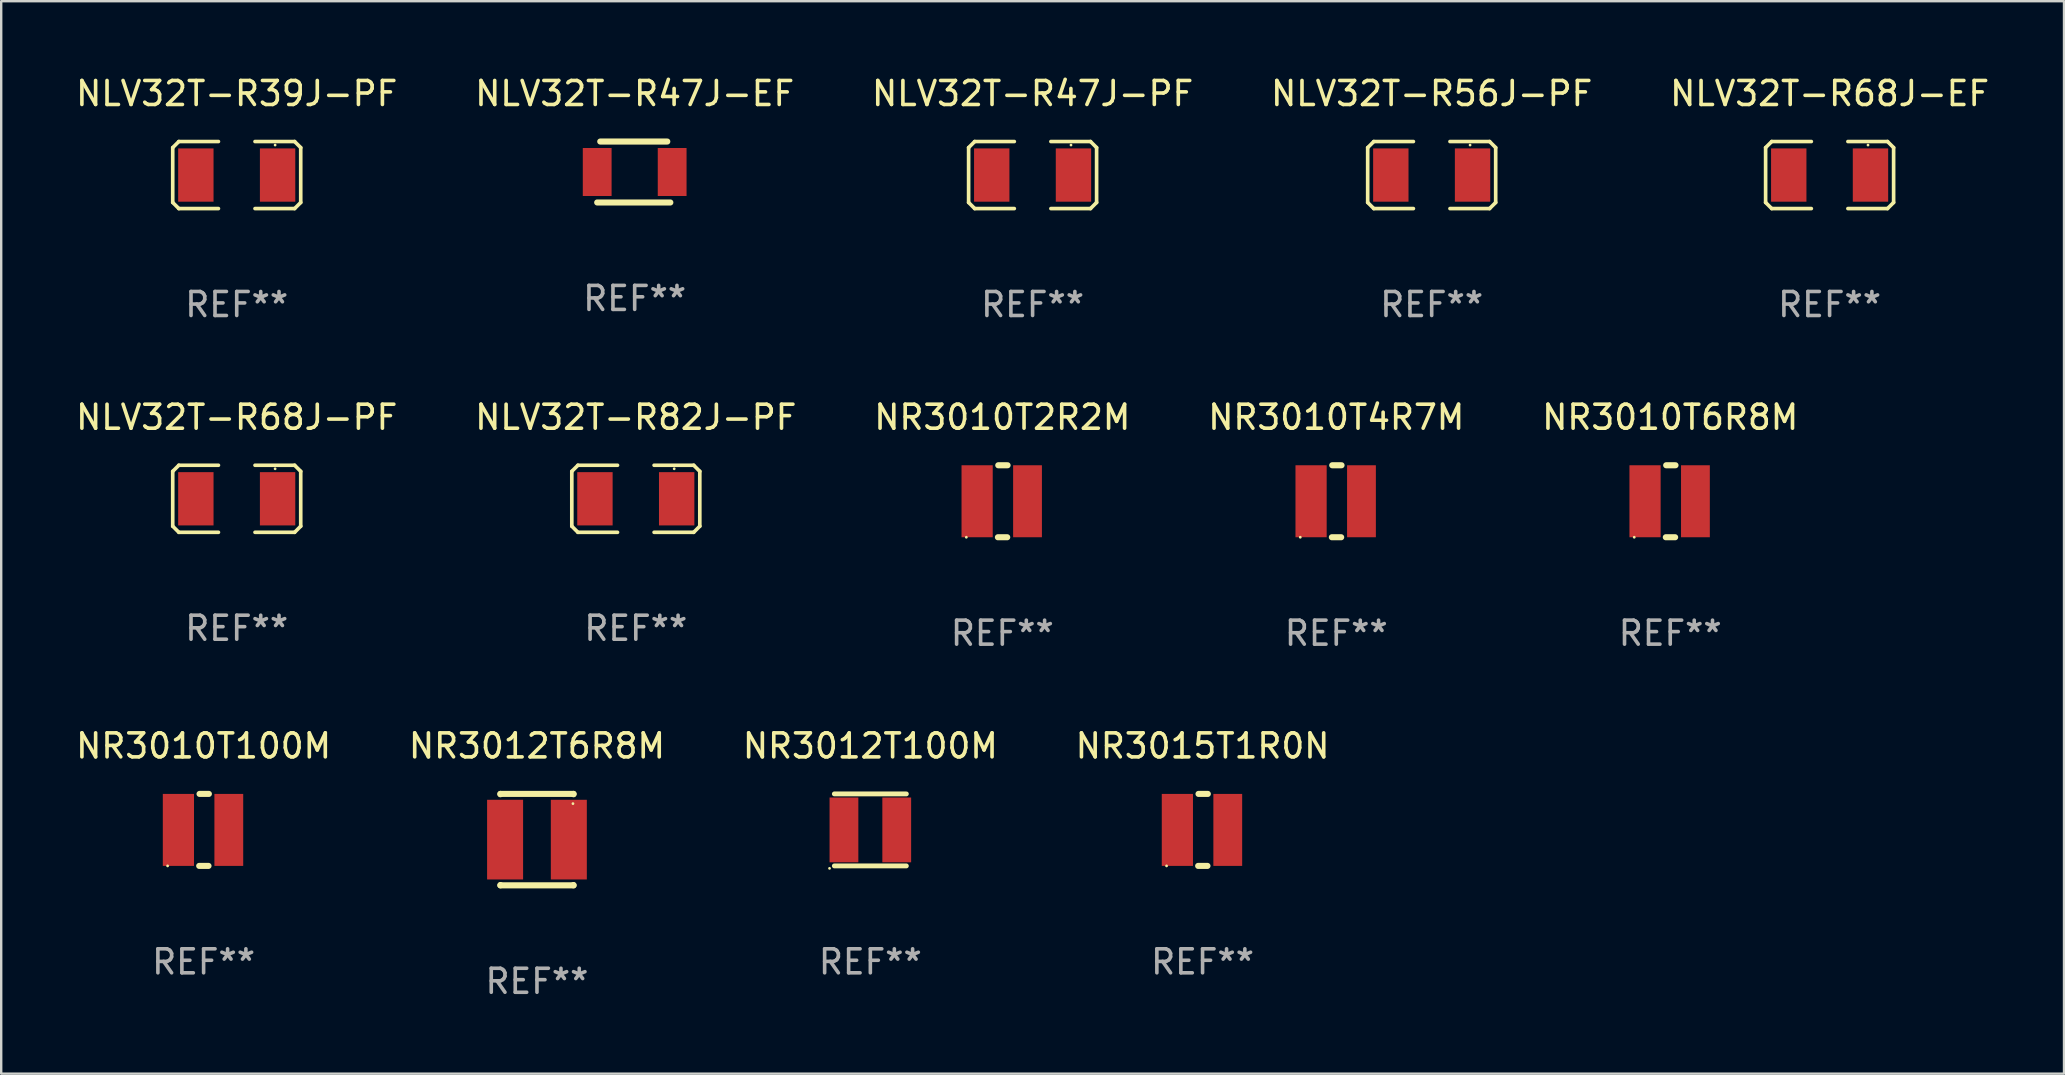
<source format=kicad_pcb>
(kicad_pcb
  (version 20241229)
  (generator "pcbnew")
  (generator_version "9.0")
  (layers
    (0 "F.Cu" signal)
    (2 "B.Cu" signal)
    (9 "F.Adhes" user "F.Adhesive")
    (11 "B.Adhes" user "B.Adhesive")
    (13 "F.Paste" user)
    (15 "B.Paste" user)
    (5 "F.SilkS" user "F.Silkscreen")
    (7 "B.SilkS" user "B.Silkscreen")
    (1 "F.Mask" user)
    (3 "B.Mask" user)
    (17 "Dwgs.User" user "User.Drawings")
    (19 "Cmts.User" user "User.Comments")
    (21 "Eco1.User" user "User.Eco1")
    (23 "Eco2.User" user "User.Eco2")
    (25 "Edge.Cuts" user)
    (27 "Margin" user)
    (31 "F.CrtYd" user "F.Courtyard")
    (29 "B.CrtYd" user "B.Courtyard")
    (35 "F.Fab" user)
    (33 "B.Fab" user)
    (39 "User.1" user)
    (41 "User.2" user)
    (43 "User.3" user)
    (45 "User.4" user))
  (footprint "NLV32T-R68J-PF"
    (layer "F.Cu")
    (at 6.815 17.736)
    (property "Reference" "NLV32T-R68J-PF" (at 0 -3.397 0) (layer "F.SilkS") (effects (font (size 1 1) (thickness 0.15))))
    (attr through_hole)
    (fp_line (start -2.667 -1.143) (end -2.413 -1.397) (stroke (width 0.152) (type solid)) (layer "F.SilkS"))
    (fp_line (start -2.667 1.143) (end -2.667 -1.143) (stroke (width 0.152) (type solid)) (layer "F.SilkS"))
    (fp_line (start -2.413 -1.397) (end -0.762 -1.397) (stroke (width 0.152) (type solid)) (layer "F.SilkS"))
    (fp_line (start -2.413 1.397) (end -2.667 1.143) (stroke (width 0.152) (type solid)) (layer "F.SilkS"))
    (fp_line (start -0.762 1.397) (end -2.413 1.397) (stroke (width 0.152) (type solid)) (layer "F.SilkS"))
    (fp_line (start 0.762 -1.397) (end 2.413 -1.397) (stroke (width 0.152) (type solid)) (layer "F.SilkS"))
    (fp_line (start 2.413 -1.397) (end 2.667 -1.143) (stroke (width 0.152) (type solid)) (layer "F.SilkS"))
    (fp_line (start 2.413 1.397) (end 0.762 1.397) (stroke (width 0.152) (type solid)) (layer "F.SilkS"))
    (fp_line (start 2.667 -1.143) (end 2.667 1.143) (stroke (width 0.152) (type solid)) (layer "F.SilkS"))
    (fp_line (start 2.667 1.143) (end 2.413 1.397) (stroke (width 0.152) (type solid)) (layer "F.SilkS"))
    (fp_circle (center 1.6 -1.25) (end 1.63 -1.25) (stroke (width 0.06) (type solid)) (fill no) (layer "F.SilkS"))
    (fp_text user "REF**" (at 0 5.397 0) (layer "F.Fab") (effects (font (size 1 1) (thickness 0.15))))
    (pad "1" smd rect (at 1.703 0) (size 1.474 2.22) (layers "F.Cu" "F.Mask" "F.Paste"))
    (pad "2" smd rect (at -1.703 0) (size 1.474 2.22) (layers "F.Cu" "F.Mask" "F.Paste")))
  (footprint "NLV32T-R47J-EF"
    (layer "F.Cu")
    (at 23.399 4.118)
    (property "Reference" "NLV32T-R47J-EF" (at 0 -3.27 0) (layer "F.SilkS") (effects (font (size 1 1) (thickness 0.15))))
    (attr through_hole)
    (fp_line (start -1.562 1.27) (end 1.486 1.27) (stroke (width 0.254) (type solid)) (layer "F.SilkS"))
    (fp_line (start -1.435 -1.27) (end 1.359 -1.27) (stroke (width 0.254) (type solid)) (layer "F.SilkS"))
    (fp_circle (center -1.6 1.25) (end -1.57 1.25) (stroke (width 0.06) (type solid)) (fill no) (layer "F.SilkS"))
    (fp_text user "REF**" (at 0 5.27 0) (layer "F.Fab") (effects (font (size 1 1) (thickness 0.15))))
    (pad "1" smd rect (at -1.562 0 180) (size 1.2 2) (layers "F.Cu" "F.Mask" "F.Paste"))
    (pad "2" smd rect (at 1.562 0 180) (size 1.2 2) (layers "F.Cu" "F.Mask" "F.Paste")))
  (footprint "NR3010T2R2M"
    (layer "F.Cu")
    (at 38.72 17.839)
    (property "Reference" "NR3010T2R2M" (at 0 -3.5 0) (layer "F.SilkS") (effects (font (size 1 1) (thickness 0.15))))
    (attr through_hole)
    (fp_line (start -0.184 1.5) (end 0.204 1.5) (stroke (width 0.254) (type solid)) (layer "F.SilkS"))
    (fp_line (start -0.169 -1.5) (end 0.219 -1.5) (stroke (width 0.254) (type solid)) (layer "F.SilkS"))
    (fp_circle (center -1.5 1.5) (end -1.47 1.5) (stroke (width 0.06) (type solid)) (fill no) (layer "F.SilkS"))
    (fp_text user "REF**" (at 0 5.5 0) (layer "F.Fab") (effects (font (size 1 1) (thickness 0.15))))
    (pad "1" smd rect (at -1.05 0) (size 1.3 3) (layers "F.Cu" "F.Mask" "F.Paste"))
    (pad "2" smd rect (at 1.05 0) (size 1.2 3) (layers "F.Cu" "F.Mask" "F.Paste")))
  (footprint "NR3010T4R7M"
    (layer "F.Cu")
    (at 52.637 17.839)
    (property "Reference" "NR3010T4R7M" (at 0 -3.5 0) (layer "F.SilkS") (effects (font (size 1 1) (thickness 0.15))))
    (attr through_hole)
    (fp_line (start -0.184 1.5) (end 0.204 1.5) (stroke (width 0.254) (type solid)) (layer "F.SilkS"))
    (fp_line (start -0.169 -1.5) (end 0.219 -1.5) (stroke (width 0.254) (type solid)) (layer "F.SilkS"))
    (fp_circle (center -1.5 1.5) (end -1.47 1.5) (stroke (width 0.06) (type solid)) (fill no) (layer "F.SilkS"))
    (fp_text user "REF**" (at 0 5.5 0) (layer "F.Fab") (effects (font (size 1 1) (thickness 0.15))))
    (pad "1" smd rect (at -1.05 0) (size 1.3 3) (layers "F.Cu" "F.Mask" "F.Paste"))
    (pad "2" smd rect (at 1.05 0) (size 1.2 3) (layers "F.Cu" "F.Mask" "F.Paste")))
  (footprint "NR3015T1R0N"
    (layer "F.Cu")
    (at 47.065 31.535)
    (property "Reference" "NR3015T1R0N" (at 0 -3.5 0) (layer "F.SilkS") (effects (font (size 1 1) (thickness 0.15))))
    (attr through_hole)
    (fp_line (start -0.184 1.5) (end 0.204 1.5) (stroke (width 0.254) (type solid)) (layer "F.SilkS"))
    (fp_line (start -0.169 -1.5) (end 0.219 -1.5) (stroke (width 0.254) (type solid)) (layer "F.SilkS"))
    (fp_circle (center -1.5 1.5) (end -1.47 1.5) (stroke (width 0.06) (type solid)) (fill no) (layer "F.SilkS"))
    (fp_text user "REF**" (at 0 5.5 0) (layer "F.Fab") (effects (font (size 1 1) (thickness 0.15))))
    (pad "1" smd rect (at -1.05 0) (size 1.3 3) (layers "F.Cu" "F.Mask" "F.Paste"))
    (pad "2" smd rect (at 1.05 0) (size 1.2 3) (layers "F.Cu" "F.Mask" "F.Paste")))
  (footprint "NLV32T-R47J-PF"
    (layer "F.Cu")
    (at 39.982 4.245)
    (property "Reference" "NLV32T-R47J-PF" (at 0 -3.397 0) (layer "F.SilkS") (effects (font (size 1 1) (thickness 0.15))))
    (attr through_hole)
    (fp_line (start -2.667 -1.143) (end -2.413 -1.397) (stroke (width 0.152) (type solid)) (layer "F.SilkS"))
    (fp_line (start -2.667 1.143) (end -2.667 -1.143) (stroke (width 0.152) (type solid)) (layer "F.SilkS"))
    (fp_line (start -2.413 -1.397) (end -0.762 -1.397) (stroke (width 0.152) (type solid)) (layer "F.SilkS"))
    (fp_line (start -2.413 1.397) (end -2.667 1.143) (stroke (width 0.152) (type solid)) (layer "F.SilkS"))
    (fp_line (start -0.762 1.397) (end -2.413 1.397) (stroke (width 0.152) (type solid)) (layer "F.SilkS"))
    (fp_line (start 0.762 -1.397) (end 2.413 -1.397) (stroke (width 0.152) (type solid)) (layer "F.SilkS"))
    (fp_line (start 2.413 -1.397) (end 2.667 -1.143) (stroke (width 0.152) (type solid)) (layer "F.SilkS"))
    (fp_line (start 2.413 1.397) (end 0.762 1.397) (stroke (width 0.152) (type solid)) (layer "F.SilkS"))
    (fp_line (start 2.667 -1.143) (end 2.667 1.143) (stroke (width 0.152) (type solid)) (layer "F.SilkS"))
    (fp_line (start 2.667 1.143) (end 2.413 1.397) (stroke (width 0.152) (type solid)) (layer "F.SilkS"))
    (fp_circle (center 1.6 -1.25) (end 1.63 -1.25) (stroke (width 0.06) (type solid)) (fill no) (layer "F.SilkS"))
    (fp_text user "REF**" (at 0 5.397 0) (layer "F.Fab") (effects (font (size 1 1) (thickness 0.15))))
    (pad "1" smd rect (at 1.703 0) (size 1.474 2.22) (layers "F.Cu" "F.Mask" "F.Paste"))
    (pad "2" smd rect (at -1.703 0) (size 1.474 2.22) (layers "F.Cu" "F.Mask" "F.Paste")))
  (footprint "NR3012T100M"
    (layer "F.Cu")
    (at 33.22 31.535)
    (property "Reference" "NR3012T100M" (at 0 -3.5 0) (layer "F.SilkS") (effects (font (size 1 1) (thickness 0.15))))
    (attr through_hole)
    (fp_line (start -1.5 -1.5) (end 1.5 -1.5) (stroke (width 0.203) (type solid)) (layer "F.SilkS"))
    (fp_line (start -1.5 1.5) (end 1.5 1.5) (stroke (width 0.203) (type solid)) (layer "F.SilkS"))
    (fp_circle (center -1.7 1.602) (end -1.67 1.602) (stroke (width 0.06) (type solid)) (fill no) (layer "F.SilkS"))
    (fp_text user "REF**" (at 0 5.5 0) (layer "F.Fab") (effects (font (size 1 1) (thickness 0.15))))
    (pad "1" smd rect (at -1.1 0 180) (size 1.2 2.7) (layers "F.Cu" "F.Mask" "F.Paste"))
    (pad "2" smd rect (at 1.1 0 180) (size 1.2 2.7) (layers "F.Cu" "F.Mask" "F.Paste")))
  (footprint "NLV32T-R68J-EF"
    (layer "F.Cu")
    (at 73.196 4.245)
    (property "Reference" "NLV32T-R68J-EF" (at 0 -3.397 0) (layer "F.SilkS") (effects (font (size 1 1) (thickness 0.15))))
    (attr through_hole)
    (fp_line (start -2.667 -1.143) (end -2.413 -1.397) (stroke (width 0.152) (type solid)) (layer "F.SilkS"))
    (fp_line (start -2.667 1.143) (end -2.667 -1.143) (stroke (width 0.152) (type solid)) (layer "F.SilkS"))
    (fp_line (start -2.413 -1.397) (end -0.762 -1.397) (stroke (width 0.152) (type solid)) (layer "F.SilkS"))
    (fp_line (start -2.413 1.397) (end -2.667 1.143) (stroke (width 0.152) (type solid)) (layer "F.SilkS"))
    (fp_line (start -0.762 1.397) (end -2.413 1.397) (stroke (width 0.152) (type solid)) (layer "F.SilkS"))
    (fp_line (start 0.762 -1.397) (end 2.413 -1.397) (stroke (width 0.152) (type solid)) (layer "F.SilkS"))
    (fp_line (start 2.413 -1.397) (end 2.667 -1.143) (stroke (width 0.152) (type solid)) (layer "F.SilkS"))
    (fp_line (start 2.413 1.397) (end 0.762 1.397) (stroke (width 0.152) (type solid)) (layer "F.SilkS"))
    (fp_line (start 2.667 -1.143) (end 2.667 1.143) (stroke (width 0.152) (type solid)) (layer "F.SilkS"))
    (fp_line (start 2.667 1.143) (end 2.413 1.397) (stroke (width 0.152) (type solid)) (layer "F.SilkS"))
    (fp_circle (center 1.6 -1.25) (end 1.63 -1.25) (stroke (width 0.06) (type solid)) (fill no) (layer "F.SilkS"))
    (fp_text user "REF**" (at 0 5.397 0) (layer "F.Fab") (effects (font (size 1 1) (thickness 0.15))))
    (pad "1" smd rect (at 1.703 0) (size 1.474 2.22) (layers "F.Cu" "F.Mask" "F.Paste"))
    (pad "2" smd rect (at -1.703 0) (size 1.474 2.22) (layers "F.Cu" "F.Mask" "F.Paste")))
  (footprint "NLV32T-R56J-PF"
    (layer "F.Cu")
    (at 56.613 4.245)
    (property "Reference" "NLV32T-R56J-PF" (at 0 -3.397 0) (layer "F.SilkS") (effects (font (size 1 1) (thickness 0.15))))
    (attr through_hole)
    (fp_line (start -2.667 -1.143) (end -2.413 -1.397) (stroke (width 0.152) (type solid)) (layer "F.SilkS"))
    (fp_line (start -2.667 1.143) (end -2.667 -1.143) (stroke (width 0.152) (type solid)) (layer "F.SilkS"))
    (fp_line (start -2.413 -1.397) (end -0.762 -1.397) (stroke (width 0.152) (type solid)) (layer "F.SilkS"))
    (fp_line (start -2.413 1.397) (end -2.667 1.143) (stroke (width 0.152) (type solid)) (layer "F.SilkS"))
    (fp_line (start -0.762 1.397) (end -2.413 1.397) (stroke (width 0.152) (type solid)) (layer "F.SilkS"))
    (fp_line (start 0.762 -1.397) (end 2.413 -1.397) (stroke (width 0.152) (type solid)) (layer "F.SilkS"))
    (fp_line (start 2.413 -1.397) (end 2.667 -1.143) (stroke (width 0.152) (type solid)) (layer "F.SilkS"))
    (fp_line (start 2.413 1.397) (end 0.762 1.397) (stroke (width 0.152) (type solid)) (layer "F.SilkS"))
    (fp_line (start 2.667 -1.143) (end 2.667 1.143) (stroke (width 0.152) (type solid)) (layer "F.SilkS"))
    (fp_line (start 2.667 1.143) (end 2.413 1.397) (stroke (width 0.152) (type solid)) (layer "F.SilkS"))
    (fp_circle (center 1.6 -1.25) (end 1.63 -1.25) (stroke (width 0.06) (type solid)) (fill no) (layer "F.SilkS"))
    (fp_text user "REF**" (at 0 5.397 0) (layer "F.Fab") (effects (font (size 1 1) (thickness 0.15))))
    (pad "1" smd rect (at 1.703 0) (size 1.474 2.22) (layers "F.Cu" "F.Mask" "F.Paste"))
    (pad "2" smd rect (at -1.703 0) (size 1.474 2.22) (layers "F.Cu" "F.Mask" "F.Paste")))
  (footprint "NLV32T-R39J-PF"
    (layer "F.Cu")
    (at 6.815 4.245)
    (property "Reference" "NLV32T-R39J-PF" (at 0 -3.397 0) (layer "F.SilkS") (effects (font (size 1 1) (thickness 0.15))))
    (attr through_hole)
    (fp_line (start -2.667 -1.143) (end -2.413 -1.397) (stroke (width 0.152) (type solid)) (layer "F.SilkS"))
    (fp_line (start -2.667 1.143) (end -2.667 -1.143) (stroke (width 0.152) (type solid)) (layer "F.SilkS"))
    (fp_line (start -2.413 -1.397) (end -0.762 -1.397) (stroke (width 0.152) (type solid)) (layer "F.SilkS"))
    (fp_line (start -2.413 1.397) (end -2.667 1.143) (stroke (width 0.152) (type solid)) (layer "F.SilkS"))
    (fp_line (start -0.762 1.397) (end -2.413 1.397) (stroke (width 0.152) (type solid)) (layer "F.SilkS"))
    (fp_line (start 0.762 -1.397) (end 2.413 -1.397) (stroke (width 0.152) (type solid)) (layer "F.SilkS"))
    (fp_line (start 2.413 -1.397) (end 2.667 -1.143) (stroke (width 0.152) (type solid)) (layer "F.SilkS"))
    (fp_line (start 2.413 1.397) (end 0.762 1.397) (stroke (width 0.152) (type solid)) (layer "F.SilkS"))
    (fp_line (start 2.667 -1.143) (end 2.667 1.143) (stroke (width 0.152) (type solid)) (layer "F.SilkS"))
    (fp_line (start 2.667 1.143) (end 2.413 1.397) (stroke (width 0.152) (type solid)) (layer "F.SilkS"))
    (fp_circle (center 1.6 -1.25) (end 1.63 -1.25) (stroke (width 0.06) (type solid)) (fill no) (layer "F.SilkS"))
    (fp_text user "REF**" (at 0 5.397 0) (layer "F.Fab") (effects (font (size 1 1) (thickness 0.15))))
    (pad "1" smd rect (at 1.703 0) (size 1.474 2.22) (layers "F.Cu" "F.Mask" "F.Paste"))
    (pad "2" smd rect (at -1.703 0) (size 1.474 2.22) (layers "F.Cu" "F.Mask" "F.Paste")))
  (footprint "NLV32T-R82J-PF"
    (layer "F.Cu")
    (at 23.446 17.736)
    (property "Reference" "NLV32T-R82J-PF" (at 0 -3.397 0) (layer "F.SilkS") (effects (font (size 1 1) (thickness 0.15))))
    (attr through_hole)
    (fp_line (start -2.667 -1.143) (end -2.413 -1.397) (stroke (width 0.152) (type solid)) (layer "F.SilkS"))
    (fp_line (start -2.667 1.143) (end -2.667 -1.143) (stroke (width 0.152) (type solid)) (layer "F.SilkS"))
    (fp_line (start -2.413 -1.397) (end -0.762 -1.397) (stroke (width 0.152) (type solid)) (layer "F.SilkS"))
    (fp_line (start -2.413 1.397) (end -2.667 1.143) (stroke (width 0.152) (type solid)) (layer "F.SilkS"))
    (fp_line (start -0.762 1.397) (end -2.413 1.397) (stroke (width 0.152) (type solid)) (layer "F.SilkS"))
    (fp_line (start 0.762 -1.397) (end 2.413 -1.397) (stroke (width 0.152) (type solid)) (layer "F.SilkS"))
    (fp_line (start 2.413 -1.397) (end 2.667 -1.143) (stroke (width 0.152) (type solid)) (layer "F.SilkS"))
    (fp_line (start 2.413 1.397) (end 0.762 1.397) (stroke (width 0.152) (type solid)) (layer "F.SilkS"))
    (fp_line (start 2.667 -1.143) (end 2.667 1.143) (stroke (width 0.152) (type solid)) (layer "F.SilkS"))
    (fp_line (start 2.667 1.143) (end 2.413 1.397) (stroke (width 0.152) (type solid)) (layer "F.SilkS"))
    (fp_circle (center 1.6 -1.25) (end 1.63 -1.25) (stroke (width 0.06) (type solid)) (fill no) (layer "F.SilkS"))
    (fp_text user "REF**" (at 0 5.397 0) (layer "F.Fab") (effects (font (size 1 1) (thickness 0.15))))
    (pad "1" smd rect (at 1.703 0) (size 1.474 2.22) (layers "F.Cu" "F.Mask" "F.Paste"))
    (pad "2" smd rect (at -1.703 0) (size 1.474 2.22) (layers "F.Cu" "F.Mask" "F.Paste")))
  (footprint "NR3010T100M"
    (layer "F.Cu")
    (at 5.435 31.535)
    (property "Reference" "NR3010T100M" (at 0 -3.5 0) (layer "F.SilkS") (effects (font (size 1 1) (thickness 0.15))))
    (attr through_hole)
    (fp_line (start -0.184 1.5) (end 0.204 1.5) (stroke (width 0.254) (type solid)) (layer "F.SilkS"))
    (fp_line (start -0.169 -1.5) (end 0.219 -1.5) (stroke (width 0.254) (type solid)) (layer "F.SilkS"))
    (fp_circle (center -1.5 1.5) (end -1.47 1.5) (stroke (width 0.06) (type solid)) (fill no) (layer "F.SilkS"))
    (fp_text user "REF**" (at 0 5.5 0) (layer "F.Fab") (effects (font (size 1 1) (thickness 0.15))))
    (pad "1" smd rect (at -1.05 0) (size 1.3 3) (layers "F.Cu" "F.Mask" "F.Paste"))
    (pad "2" smd rect (at 1.05 0) (size 1.2 3) (layers "F.Cu" "F.Mask" "F.Paste")))
  (footprint "NR3010T6R8M"
    (layer "F.Cu")
    (at 66.554 17.839)
    (property "Reference" "NR3010T6R8M" (at 0 -3.5 0) (layer "F.SilkS") (effects (font (size 1 1) (thickness 0.15))))
    (attr through_hole)
    (fp_line (start -0.184 1.5) (end 0.204 1.5) (stroke (width 0.254) (type solid)) (layer "F.SilkS"))
    (fp_line (start -0.169 -1.5) (end 0.219 -1.5) (stroke (width 0.254) (type solid)) (layer "F.SilkS"))
    (fp_circle (center -1.5 1.5) (end -1.47 1.5) (stroke (width 0.06) (type solid)) (fill no) (layer "F.SilkS"))
    (fp_text user "REF**" (at 0 5.5 0) (layer "F.Fab") (effects (font (size 1 1) (thickness 0.15))))
    (pad "1" smd rect (at -1.05 0) (size 1.3 3) (layers "F.Cu" "F.Mask" "F.Paste"))
    (pad "2" smd rect (at 1.05 0) (size 1.2 3) (layers "F.Cu" "F.Mask" "F.Paste")))
  (footprint "NR3012T6R8M"
    (layer "F.Cu")
    (at 19.327 31.94)
    (property "Reference" "NR3012T6R8M" (at 0 -3.905 0) (layer "F.SilkS") (effects (font (size 1 1) (thickness 0.15))))
    (attr through_hole)
    (fp_line (start -1.524 -1.905) (end 1.524 -1.905) (stroke (width 0.254) (type solid)) (layer "F.SilkS"))
    (fp_line (start -1.524 -1.891) (end -1.524 -1.905) (stroke (width 0.254) (type solid)) (layer "F.SilkS"))
    (fp_line (start -1.524 1.905) (end -1.524 1.891) (stroke (width 0.254) (type solid)) (layer "F.SilkS"))
    (fp_line (start -1.524 1.905) (end 1.524 1.905) (stroke (width 0.254) (type solid)) (layer "F.SilkS"))
    (fp_line (start 1.524 -1.905) (end 1.524 -1.891) (stroke (width 0.254) (type solid)) (layer "F.SilkS"))
    (fp_line (start 1.524 1.891) (end 1.524 1.905) (stroke (width 0.254) (type solid)) (layer "F.SilkS"))
    (fp_circle (center 1.5 -1.5) (end 1.53 -1.5) (stroke (width 0.06) (type solid)) (fill no) (layer "F.SilkS"))
    (fp_text user "REF**" (at 0 5.905 0) (layer "F.Fab") (effects (font (size 1 1) (thickness 0.15))))
    (pad "1" smd rect (at 1.328 0) (size 1.5 3.32) (layers "F.Cu" "F.Mask" "F.Paste"))
    (pad "2" smd rect (at -1.328 0) (size 1.5 3.32) (layers "F.Cu" "F.Mask" "F.Paste")))
  (gr_rect
    (start -3 -3)
    (end 82.964 41.694)
    (stroke (width 0.1) (type default))
    (fill no)
    (layer "Edge.Cuts")))
</source>
